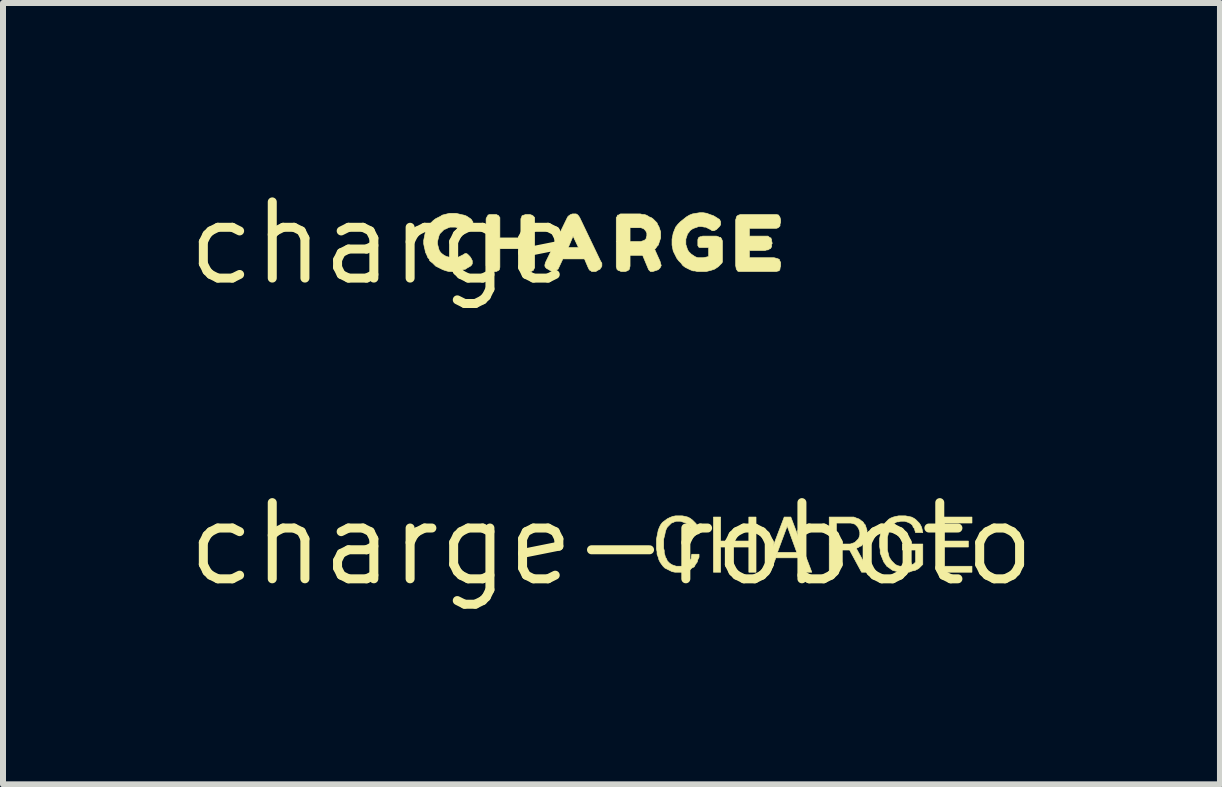
<source format=kicad_pcb>
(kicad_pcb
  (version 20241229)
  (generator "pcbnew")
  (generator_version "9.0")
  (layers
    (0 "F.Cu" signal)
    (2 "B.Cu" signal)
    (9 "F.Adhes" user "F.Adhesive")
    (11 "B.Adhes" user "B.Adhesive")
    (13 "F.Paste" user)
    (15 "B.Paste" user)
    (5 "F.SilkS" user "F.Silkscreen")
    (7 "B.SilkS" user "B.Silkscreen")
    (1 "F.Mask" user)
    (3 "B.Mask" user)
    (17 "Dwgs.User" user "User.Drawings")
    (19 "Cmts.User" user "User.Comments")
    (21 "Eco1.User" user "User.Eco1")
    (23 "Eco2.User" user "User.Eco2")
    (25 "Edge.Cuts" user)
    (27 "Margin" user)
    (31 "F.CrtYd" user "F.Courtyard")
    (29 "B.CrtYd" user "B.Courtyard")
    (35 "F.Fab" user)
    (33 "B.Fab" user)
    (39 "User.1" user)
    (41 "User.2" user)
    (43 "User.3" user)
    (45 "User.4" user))
  (footprint "charge"
    (layer "F.Cu")
    (at 3.303 1.006)
    (property "Reference" "charge" (at 0 0 0) (layer "F.SilkS") (effects (font (size 1.27 1.27) (thickness 0.15))))
    (attr board_only exclude_from_pos_files exclude_from_bom)
    (fp_poly (pts (xy 3.31 -0.43) (xy 3.29 -0.46) (xy 3.27 -0.48) (xy 3.25 -0.49) (xy 3.22 -0.49) (xy 3.19 -0.49) (xy 3.16 -0.48) (xy 3.13 -0.46) (xy 3.11 -0.44) (xy 2.75 0.3) (xy 2.74 0.32) (xy 2.73 0.36) (xy 2.73 0.37) (xy 2.73 0.38) (xy 2.74 0.4) (xy 2.75 0.41) (xy 2.76 0.42) (xy 2.78 0.43) (xy 2.83 0.46) (xy 2.86 0.47) (xy 2.87 0.47) (xy 2.89 0.47) (xy 2.9 0.47) (xy 2.91 0.46) (xy 2.93 0.44) (xy 2.95 0.43) (xy 3.03 0.26) (xy 3.12 0.07) (xy 3.2 -0.12) (xy 3.29 0.07) (xy 3.12 0.07) (xy 3.03 0.26) (xy 3.39 0.26) (xy 3.45 0.4) (xy 3.47 0.44) (xy 3.48 0.45) (xy 3.5 0.46) (xy 3.51 0.47) (xy 3.52 0.47) (xy 3.54 0.47) (xy 3.56 0.47) (xy 3.58 0.47) (xy 3.61 0.45) (xy 3.63 0.44) (xy 3.65 0.43) (xy 3.66 0.41) (xy 3.67 0.4) (xy 3.68 0.38) (xy 3.68 0.36) (xy 3.68 0.33) (xy 3.66 0.3) (xy 3.31 -0.43)) (stroke (width 0.01) (type solid)) (fill yes) (layer "F.SilkS"))
    (fp_poly (pts (xy 2.35 -0.46) (xy 2.34 -0.43) (xy 2.33 -0.41) (xy 2.33 -0.09) (xy 1.98 -0.09) (xy 1.98 -0.38) (xy 1.98 -0.42) (xy 1.98 -0.43) (xy 1.97 -0.44) (xy 1.96 -0.46) (xy 1.94 -0.47) (xy 1.92 -0.48) (xy 1.89 -0.48) (xy 1.84 -0.48) (xy 1.81 -0.48) (xy 1.78 -0.47) (xy 1.78 -0.46) (xy 1.77 -0.45) (xy 1.76 -0.43) (xy 1.75 -0.41) (xy 1.75 0.37) (xy 1.76 0.4) (xy 1.76 0.43) (xy 1.77 0.44) (xy 1.78 0.46) (xy 1.81 0.47) (xy 1.83 0.47) (xy 1.86 0.47) (xy 1.9 0.47) (xy 1.92 0.47) (xy 1.94 0.46) (xy 1.96 0.45) (xy 1.97 0.44) (xy 1.98 0.4) (xy 1.98 0.37) (xy 1.98 0.09) (xy 2.33 0.09) (xy 2.33 0.37) (xy 2.33 0.42) (xy 2.34 0.43) (xy 2.34 0.44) (xy 2.35 0.45) (xy 2.37 0.46) (xy 2.4 0.47) (xy 2.43 0.47) (xy 2.47 0.47) (xy 2.5 0.47) (xy 2.52 0.46) (xy 2.53 0.45) (xy 2.54 0.45) (xy 2.55 0.42) (xy 2.56 0.41) (xy 2.56 0.39) (xy 2.56 0.37) (xy 2.56 -0.37) (xy 2.56 -0.4) (xy 2.56 -0.43) (xy 2.55 -0.43) (xy 2.55 -0.44) (xy 2.53 -0.46) (xy 2.51 -0.47) (xy 2.48 -0.48) (xy 2.45 -0.48) (xy 2.41 -0.48) (xy 2.38 -0.47) (xy 2.35 -0.46)) (stroke (width 0.01) (type solid)) (fill yes) (layer "F.SilkS"))
    (fp_poly (pts (xy 6.14 0.24) (xy 6.14 0.12) (xy 6.4 0.12) (xy 6.43 0.11) (xy 6.45 0.11) (xy 6.48 0.09) (xy 6.49 0.09) (xy 6.5 0.07) (xy 6.51 0.06) (xy 6.51 0.04) (xy 6.51 0.02) (xy 6.52 0) (xy 6.51 -0.04) (xy 6.51 -0.06) (xy 6.5 -0.08) (xy 6.5 -0.09) (xy 6.49 -0.09) (xy 6.46 -0.11) (xy 6.45 -0.12) (xy 6.14 -0.12) (xy 6.14 -0.25) (xy 6.55 -0.25) (xy 6.59 -0.25) (xy 6.62 -0.26) (xy 6.63 -0.27) (xy 6.65 -0.29) (xy 6.65 -0.32) (xy 6.66 -0.35) (xy 6.66 -0.39) (xy 6.65 -0.43) (xy 6.64 -0.45) (xy 6.63 -0.46) (xy 6.63 -0.47) (xy 6.59 -0.48) (xy 6.55 -0.48) (xy 6.02 -0.48) (xy 5.99 -0.48) (xy 5.96 -0.47) (xy 5.94 -0.46) (xy 5.93 -0.45) (xy 5.92 -0.43) (xy 5.92 -0.42) (xy 5.91 -0.39) (xy 5.91 -0.37) (xy 5.91 0.37) (xy 5.92 0.42) (xy 5.92 0.43) (xy 5.93 0.44) (xy 5.94 0.46) (xy 5.96 0.47) (xy 5.98 0.47) (xy 6.01 0.47) (xy 6.55 0.47) (xy 6.59 0.47) (xy 6.62 0.46) (xy 6.63 0.46) (xy 6.64 0.45) (xy 6.65 0.43) (xy 6.65 0.41) (xy 6.66 0.38) (xy 6.66 0.35) (xy 6.66 0.32) (xy 6.65 0.3) (xy 6.64 0.28) (xy 6.64 0.27) (xy 6.62 0.26) (xy 6.59 0.25) (xy 6.55 0.24) (xy 6.14 0.24)) (stroke (width 0.01) (type solid)) (fill yes) (layer "F.SilkS"))
    (fp_poly (pts (xy 4.65 0.3) (xy 4.6 0.19) (xy 4.56 0.1) (xy 4.58 0.08) (xy 4.6 0.05) (xy 4.62 0.03) (xy 4.63 0) (xy 4.64 -0.03) (xy 4.65 -0.06) (xy 4.66 -0.09) (xy 4.66 -0.13) (xy 4.66 -0.16) (xy 4.66 -0.19) (xy 4.65 -0.22) (xy 4.64 -0.25) (xy 4.63 -0.28) (xy 4.61 -0.31) (xy 4.6 -0.34) (xy 4.58 -0.36) (xy 4.55 -0.39) (xy 4.53 -0.41) (xy 4.5 -0.43) (xy 4.38 -0.24) (xy 4.4 -0.22) (xy 4.41 -0.21) (xy 4.42 -0.19) (xy 4.43 -0.17) (xy 4.43 -0.14) (xy 4.43 -0.12) (xy 4.42 -0.1) (xy 4.42 -0.08) (xy 4.4 -0.06) (xy 4.39 -0.05) (xy 4.36 -0.04) (xy 4.33 -0.03) (xy 4.15 -0.03) (xy 4.15 -0.26) (xy 4.32 -0.26) (xy 4.33 -0.26) (xy 4.36 -0.25) (xy 4.38 -0.24) (xy 4.5 -0.43) (xy 4.47 -0.44) (xy 4.44 -0.46) (xy 4.42 -0.47) (xy 4.39 -0.48) (xy 4.36 -0.48) (xy 4.32 -0.49) (xy 4.02 -0.49) (xy 3.99 -0.49) (xy 3.97 -0.48) (xy 3.96 -0.47) (xy 3.94 -0.47) (xy 3.94 -0.46) (xy 3.93 -0.44) (xy 3.92 -0.43) (xy 3.92 -0.42) (xy 3.92 0.36) (xy 3.92 0.39) (xy 3.93 0.42) (xy 3.93 0.43) (xy 3.94 0.44) (xy 3.95 0.45) (xy 3.98 0.46) (xy 4 0.47) (xy 4.04 0.47) (xy 4.07 0.47) (xy 4.1 0.46) (xy 4.12 0.45) (xy 4.13 0.44) (xy 4.14 0.43) (xy 4.14 0.42) (xy 4.15 0.38) (xy 4.15 0.2) (xy 4.36 0.2) (xy 4.46 0.44) (xy 4.47 0.45) (xy 4.48 0.46) (xy 4.49 0.47) (xy 4.5 0.47) (xy 4.52 0.47) (xy 4.53 0.47) (xy 4.56 0.46) (xy 4.62 0.44) (xy 4.64 0.42) (xy 4.65 0.41) (xy 4.66 0.39) (xy 4.67 0.37) (xy 4.66 0.34) (xy 4.65 0.3)) (stroke (width 0.01) (type solid)) (fill yes) (layer "F.SilkS"))
    (fp_poly (pts (xy 1.33 0.21) (xy 1.29 0.23) (xy 1.25 0.24) (xy 1.21 0.24) (xy 1.17 0.24) (xy 1.13 0.23) (xy 1.09 0.22) (xy 1.05 0.2) (xy 1.01 0.17) (xy 0.99 0.15) (xy 0.97 0.12) (xy 0.96 0.09) (xy 0.95 0.05) (xy 0.94 0.01) (xy 0.94 -0.03) (xy 0.95 -0.07) (xy 0.96 -0.11) (xy 0.97 -0.14) (xy 0.98 -0.16) (xy 1 -0.18) (xy 1.02 -0.2) (xy 1.05 -0.23) (xy 1.08 -0.24) (xy 1.12 -0.26) (xy 1.15 -0.27) (xy 1.18 -0.27) (xy 1.21 -0.27) (xy 1.24 -0.27) (xy 1.27 -0.26) (xy 1.29 -0.26) (xy 1.31 -0.25) (xy 1.37 -0.21) (xy 1.39 -0.2) (xy 1.41 -0.2) (xy 1.43 -0.2) (xy 1.45 -0.22) (xy 1.47 -0.24) (xy 1.5 -0.26) (xy 1.52 -0.29) (xy 1.53 -0.32) (xy 1.53 -0.34) (xy 1.53 -0.36) (xy 1.52 -0.37) (xy 1.51 -0.39) (xy 1.49 -0.41) (xy 1.46 -0.43) (xy 1.43 -0.45) (xy 1.41 -0.46) (xy 1.38 -0.47) (xy 1.33 -0.48) (xy 1.29 -0.49) (xy 1.25 -0.5) (xy 1.22 -0.5) (xy 1.18 -0.5) (xy 1.14 -0.5) (xy 1.1 -0.49) (xy 1.06 -0.48) (xy 1.02 -0.47) (xy 0.99 -0.45) (xy 0.95 -0.43) (xy 0.91 -0.41) (xy 0.87 -0.38) (xy 0.83 -0.34) (xy 0.81 -0.31) (xy 0.78 -0.27) (xy 0.76 -0.23) (xy 0.74 -0.19) (xy 0.73 -0.15) (xy 0.72 -0.1) (xy 0.71 -0.05) (xy 0.71 0.01) (xy 0.72 0.06) (xy 0.73 0.1) (xy 0.74 0.15) (xy 0.76 0.19) (xy 0.78 0.24) (xy 0.8 0.26) (xy 0.81 0.29) (xy 0.86 0.33) (xy 0.91 0.38) (xy 0.97 0.41) (xy 1.03 0.44) (xy 1.09 0.46) (xy 1.13 0.47) (xy 1.16 0.47) (xy 1.19 0.47) (xy 1.22 0.47) (xy 1.27 0.47) (xy 1.31 0.46) (xy 1.36 0.44) (xy 1.41 0.43) (xy 1.42 0.42) (xy 1.49 0.38) (xy 1.51 0.36) (xy 1.52 0.34) (xy 1.52 0.32) (xy 1.52 0.31) (xy 1.52 0.29) (xy 1.51 0.27) (xy 1.5 0.25) (xy 1.48 0.22) (xy 1.46 0.2) (xy 1.44 0.18) (xy 1.42 0.17) (xy 1.41 0.17) (xy 1.4 0.17) (xy 1.37 0.19) (xy 1.33 0.21)) (stroke (width 0.01) (type solid)) (fill yes) (layer "F.SilkS"))
    (fp_poly (pts (xy 5.36 -0.12) (xy 5.34 -0.11) (xy 5.32 -0.11) (xy 5.3 -0.1) (xy 5.29 -0.09) (xy 5.28 -0.06) (xy 5.28 -0.04) (xy 5.28 0.01) (xy 5.28 0.04) (xy 5.29 0.05) (xy 5.29 0.06) (xy 5.31 0.07) (xy 5.32 0.07) (xy 5.35 0.07) (xy 5.46 0.07) (xy 5.46 0.22) (xy 5.42 0.23) (xy 5.37 0.24) (xy 5.32 0.24) (xy 5.28 0.24) (xy 5.25 0.23) (xy 5.23 0.22) (xy 5.2 0.2) (xy 5.17 0.18) (xy 5.15 0.16) (xy 5.13 0.14) (xy 5.11 0.11) (xy 5.1 0.08) (xy 5.09 0.05) (xy 5.08 0.02) (xy 5.08 -0.01) (xy 5.08 -0.04) (xy 5.08 -0.07) (xy 5.09 -0.1) (xy 5.1 -0.13) (xy 5.11 -0.16) (xy 5.13 -0.18) (xy 5.14 -0.2) (xy 5.16 -0.22) (xy 5.19 -0.24) (xy 5.21 -0.25) (xy 5.24 -0.26) (xy 5.27 -0.27) (xy 5.29 -0.28) (xy 5.34 -0.28) (xy 5.39 -0.27) (xy 5.41 -0.27) (xy 5.43 -0.26) (xy 5.49 -0.23) (xy 5.52 -0.21) (xy 5.54 -0.21) (xy 5.55 -0.21) (xy 5.57 -0.22) (xy 5.59 -0.23) (xy 5.62 -0.26) (xy 5.64 -0.28) (xy 5.66 -0.31) (xy 5.66 -0.34) (xy 5.66 -0.36) (xy 5.65 -0.38) (xy 5.64 -0.4) (xy 5.62 -0.41) (xy 5.59 -0.43) (xy 5.54 -0.46) (xy 5.48 -0.48) (xy 5.43 -0.5) (xy 5.37 -0.51) (xy 5.31 -0.51) (xy 5.25 -0.5) (xy 5.19 -0.49) (xy 5.14 -0.47) (xy 5.09 -0.44) (xy 5.04 -0.4) (xy 4.99 -0.36) (xy 4.95 -0.32) (xy 4.91 -0.27) (xy 4.89 -0.22) (xy 4.87 -0.17) (xy 4.86 -0.12) (xy 4.85 -0.07) (xy 4.85 -0.02) (xy 4.85 0.03) (xy 4.86 0.08) (xy 4.87 0.13) (xy 4.89 0.17) (xy 4.91 0.21) (xy 4.93 0.25) (xy 4.96 0.29) (xy 5 0.33) (xy 5.03 0.37) (xy 5.07 0.4) (xy 5.11 0.42) (xy 5.15 0.44) (xy 5.2 0.46) (xy 5.23 0.46) (xy 5.27 0.47) (xy 5.3 0.47) (xy 5.34 0.47) (xy 5.38 0.47) (xy 5.42 0.47) (xy 5.46 0.46) (xy 5.5 0.45) (xy 5.53 0.44) (xy 5.56 0.43) (xy 5.59 0.41) (xy 5.62 0.39) (xy 5.64 0.37) (xy 5.66 0.35) (xy 5.68 0.33) (xy 5.69 0.31) (xy 5.69 0.29) (xy 5.69 -0.02) (xy 5.69 -0.04) (xy 5.68 -0.06) (xy 5.68 -0.07) (xy 5.67 -0.08) (xy 5.66 -0.1) (xy 5.64 -0.1) (xy 5.62 -0.11) (xy 5.59 -0.12) (xy 5.36 -0.12)) (stroke (width 0.01) (type solid)) (fill yes) (layer "F.SilkS")))
  (footprint "charge-roboto"
    (layer "F.Cu")
    (at 7.143 6.019)
    (property "Reference" "charge-roboto" (at 0 0 0) (layer "F.SilkS") (effects (font (size 1.27 1.27) (thickness 0.15))))
    (attr board_only exclude_from_pos_files exclude_from_bom)
    (fp_poly (pts (xy 2.41 0.47) (xy 2.41 -0.45) (xy 2.29 -0.45) (xy 2.29 -0.05) (xy 1.82 -0.05) (xy 1.82 -0.45) (xy 1.7 -0.45) (xy 1.7 0.47) (xy 1.82 0.47) (xy 1.82 0.05) (xy 2.29 0.05) (xy 2.29 0.47) (xy 2.41 0.47)) (stroke (width 0.01) (type solid)) (fill yes) (layer "F.SilkS"))
    (fp_poly (pts (xy 5.95 0.05) (xy 5.95 -0.05) (xy 5.55 -0.05) (xy 5.55 -0.35) (xy 6.01 -0.35) (xy 6.01 -0.45) (xy 5.43 -0.45) (xy 5.43 0.47) (xy 6.01 0.47) (xy 6.01 0.37) (xy 5.55 0.37) (xy 5.55 0.05) (xy 5.95 0.05)) (stroke (width 0.01) (type solid)) (fill yes) (layer "F.SilkS"))
    (fp_poly (pts (xy 3.12 0.23) (xy 3.21 0.47) (xy 3.34 0.47) (xy 2.99 -0.45) (xy 2.88 -0.45) (xy 2.53 0.47) (xy 2.65 0.47) (xy 2.74 0.23) (xy 2.77 0.13) (xy 2.93 -0.3) (xy 3.09 0.14) (xy 2.77 0.14) (xy 2.74 0.23) (xy 3.12 0.23)) (stroke (width 0.01) (type solid)) (fill yes) (layer "F.SilkS"))
    (fp_poly (pts (xy 3.97 0.1) (xy 4.17 0.47) (xy 4.3 0.47) (xy 4.08 0.07) (xy 4.11 0.06) (xy 4.14 0.04) (xy 4.17 0.03) (xy 4.19 0) (xy 4.21 -0.02) (xy 4.23 -0.04) (xy 4.24 -0.07) (xy 4.25 -0.1) (xy 4.26 -0.13) (xy 4.26 -0.16) (xy 4.26 -0.19) (xy 4.26 -0.23) (xy 4.25 -0.26) (xy 4.24 -0.29) (xy 4.23 -0.32) (xy 4.21 -0.34) (xy 4.2 -0.36) (xy 4.18 -0.38) (xy 4.16 -0.39) (xy 4.14 -0.41) (xy 4.12 -0.42) (xy 4.09 -0.43) (xy 4.04 -0.45) (xy 3.99 -0.45) (xy 3.95 -0.45) (xy 3.63 -0.45) (xy 3.63 0.47) (xy 3.75 0.47) (xy 3.75 0.1) (xy 3.75 0) (xy 3.75 -0.35) (xy 3.94 -0.35) (xy 3.99 -0.35) (xy 4.03 -0.34) (xy 4.06 -0.33) (xy 4.08 -0.31) (xy 4.1 -0.29) (xy 4.12 -0.26) (xy 4.13 -0.23) (xy 4.14 -0.2) (xy 4.14 -0.15) (xy 4.13 -0.12) (xy 4.12 -0.09) (xy 4.1 -0.07) (xy 4.08 -0.05) (xy 4.06 -0.03) (xy 4.04 -0.02) (xy 4.01 -0.01) (xy 3.98 0) (xy 3.95 0) (xy 3.75 0) (xy 3.75 0.1) (xy 3.97 0.1)) (stroke (width 0.01) (type solid)) (fill yes) (layer "F.SilkS"))
    (fp_poly (pts (xy 5.19 0.34) (xy 5.19 0) (xy 4.85 0) (xy 4.85 0.1) (xy 5.07 0.1) (xy 5.07 0.3) (xy 5.04 0.33) (xy 5.02 0.34) (xy 5 0.35) (xy 4.98 0.36) (xy 4.93 0.37) (xy 4.85 0.37) (xy 4.81 0.37) (xy 4.77 0.36) (xy 4.73 0.34) (xy 4.7 0.31) (xy 4.67 0.28) (xy 4.65 0.25) (xy 4.63 0.22) (xy 4.62 0.18) (xy 4.61 0.14) (xy 4.6 0.1) (xy 4.6 0.06) (xy 4.6 -0.07) (xy 4.6 -0.11) (xy 4.61 -0.15) (xy 4.62 -0.19) (xy 4.63 -0.22) (xy 4.64 -0.25) (xy 4.65 -0.28) (xy 4.67 -0.31) (xy 4.69 -0.33) (xy 4.71 -0.34) (xy 4.74 -0.36) (xy 4.76 -0.37) (xy 4.79 -0.37) (xy 4.82 -0.38) (xy 4.86 -0.38) (xy 4.89 -0.38) (xy 4.92 -0.37) (xy 4.95 -0.36) (xy 4.97 -0.35) (xy 5 -0.33) (xy 5.02 -0.31) (xy 5.03 -0.28) (xy 5.05 -0.26) (xy 5.06 -0.22) (xy 5.07 -0.19) (xy 5.19 -0.19) (xy 5.18 -0.24) (xy 5.17 -0.28) (xy 5.15 -0.32) (xy 5.13 -0.35) (xy 5.1 -0.38) (xy 5.07 -0.41) (xy 5.04 -0.43) (xy 5 -0.45) (xy 4.95 -0.46) (xy 4.9 -0.47) (xy 4.84 -0.47) (xy 4.79 -0.47) (xy 4.74 -0.46) (xy 4.7 -0.45) (xy 4.65 -0.43) (xy 4.62 -0.41) (xy 4.59 -0.38) (xy 4.56 -0.35) (xy 4.54 -0.31) (xy 4.52 -0.28) (xy 4.5 -0.24) (xy 4.49 -0.19) (xy 4.48 -0.14) (xy 4.47 -0.09) (xy 4.47 -0.05) (xy 4.47 0.04) (xy 4.48 0.1) (xy 4.48 0.15) (xy 4.5 0.2) (xy 4.52 0.25) (xy 4.54 0.3) (xy 4.57 0.34) (xy 4.59 0.37) (xy 4.62 0.39) (xy 4.66 0.42) (xy 4.69 0.44) (xy 4.73 0.45) (xy 4.77 0.46) (xy 4.81 0.47) (xy 4.85 0.47) (xy 4.91 0.47) (xy 4.96 0.47) (xy 5.01 0.45) (xy 5.06 0.44) (xy 5.1 0.42) (xy 5.13 0.4) (xy 5.16 0.37) (xy 5.19 0.34)) (stroke (width 0.01) (type solid)) (fill yes) (layer "F.SilkS"))
    (fp_poly (pts (xy 1.46 0.17) (xy 1.34 0.17) (xy 1.33 0.21) (xy 1.33 0.24) (xy 1.31 0.27) (xy 1.3 0.3) (xy 1.28 0.32) (xy 1.26 0.33) (xy 1.24 0.35) (xy 1.21 0.36) (xy 1.18 0.37) (xy 1.15 0.37) (xy 1.11 0.37) (xy 1.08 0.37) (xy 1.05 0.36) (xy 1.02 0.35) (xy 1 0.34) (xy 0.97 0.32) (xy 0.95 0.3) (xy 0.93 0.28) (xy 0.92 0.25) (xy 0.9 0.22) (xy 0.89 0.18) (xy 0.88 0.15) (xy 0.88 0.11) (xy 0.87 0.07) (xy 0.87 -0.08) (xy 0.88 -0.12) (xy 0.89 -0.16) (xy 0.9 -0.21) (xy 0.91 -0.24) (xy 0.93 -0.28) (xy 0.96 -0.31) (xy 0.98 -0.33) (xy 1 -0.35) (xy 1.03 -0.36) (xy 1.05 -0.37) (xy 1.08 -0.38) (xy 1.11 -0.38) (xy 1.15 -0.38) (xy 1.18 -0.37) (xy 1.21 -0.36) (xy 1.24 -0.35) (xy 1.27 -0.33) (xy 1.29 -0.31) (xy 1.31 -0.28) (xy 1.32 -0.25) (xy 1.33 -0.21) (xy 1.34 -0.17) (xy 1.46 -0.17) (xy 1.46 -0.21) (xy 1.45 -0.25) (xy 1.43 -0.3) (xy 1.41 -0.34) (xy 1.38 -0.37) (xy 1.35 -0.4) (xy 1.31 -0.43) (xy 1.27 -0.45) (xy 1.23 -0.46) (xy 1.18 -0.47) (xy 1.12 -0.47) (xy 1.07 -0.47) (xy 1.02 -0.46) (xy 0.97 -0.44) (xy 0.93 -0.42) (xy 0.89 -0.39) (xy 0.85 -0.36) (xy 0.82 -0.32) (xy 0.8 -0.28) (xy 0.78 -0.23) (xy 0.77 -0.18) (xy 0.76 -0.13) (xy 0.75 -0.08) (xy 0.75 0.08) (xy 0.76 0.13) (xy 0.76 0.17) (xy 0.78 0.22) (xy 0.79 0.26) (xy 0.81 0.3) (xy 0.83 0.33) (xy 0.86 0.37) (xy 0.89 0.4) (xy 0.93 0.42) (xy 0.97 0.44) (xy 1.01 0.46) (xy 1.06 0.47) (xy 1.11 0.47) (xy 1.17 0.47) (xy 1.22 0.46) (xy 1.27 0.45) (xy 1.31 0.43) (xy 1.34 0.4) (xy 1.38 0.38) (xy 1.4 0.34) (xy 1.43 0.3) (xy 1.44 0.26) (xy 1.46 0.22) (xy 1.46 0.17)) (stroke (width 0.01) (type solid)) (fill yes) (layer "F.SilkS")))
  (gr_rect
    (start -3 -3)
    (end 17.287 10.025)
    (stroke (width 0.1) (type default))
    (fill no)
    (layer "Edge.Cuts")))
</source>
